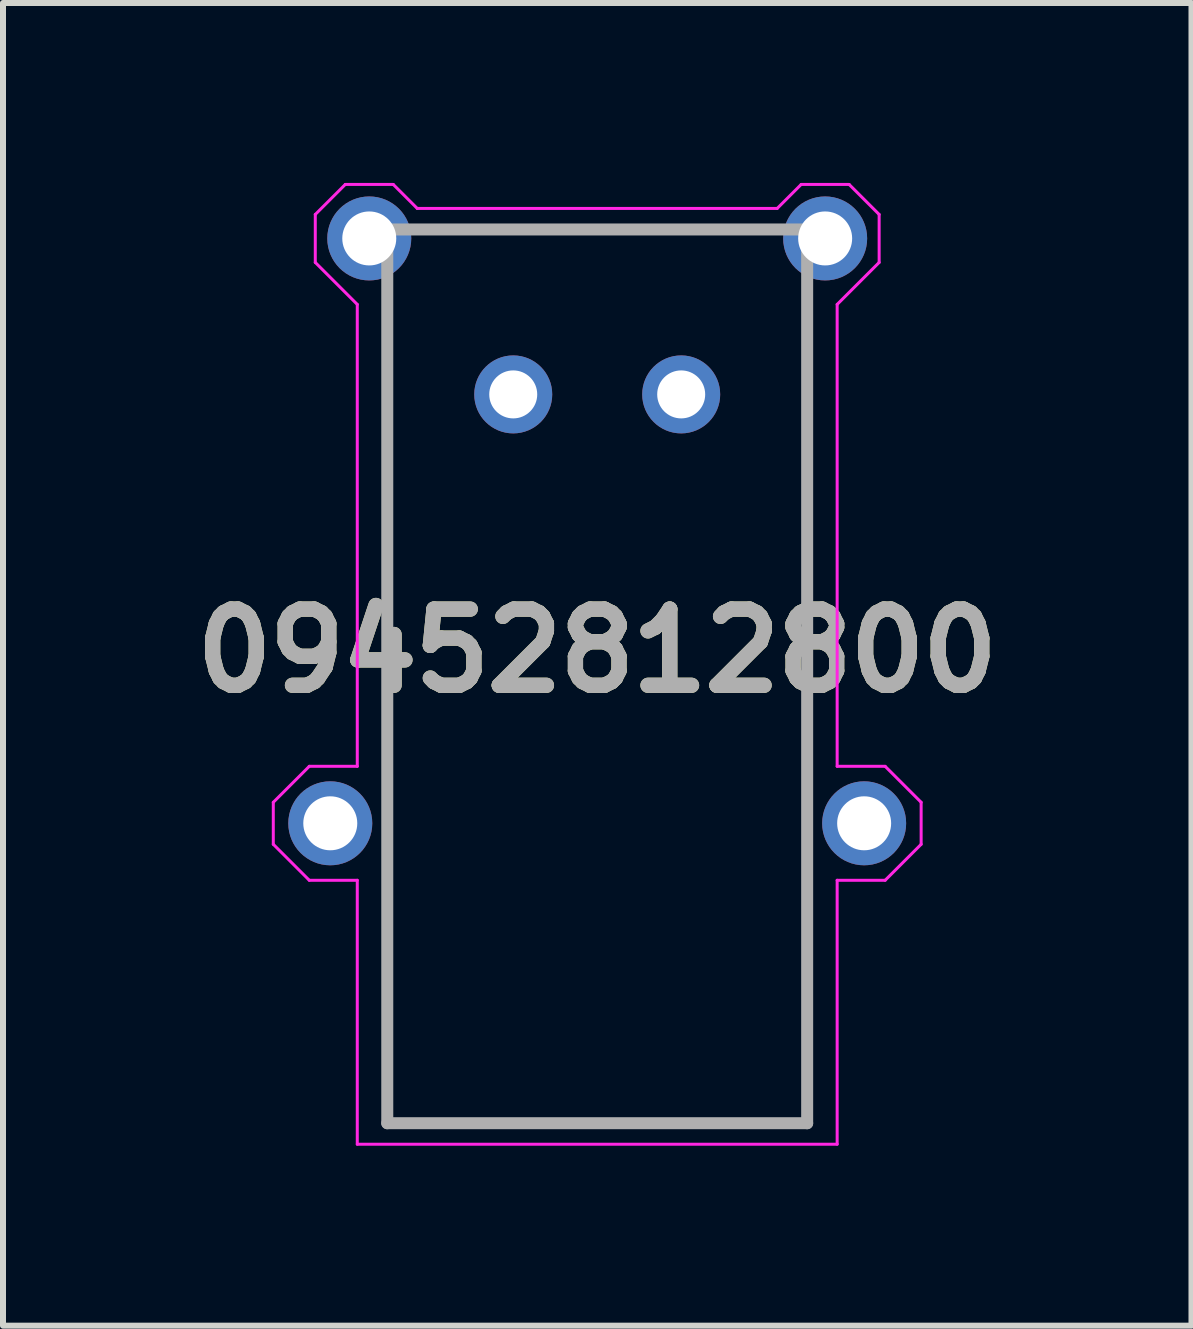
<source format=kicad_pcb>
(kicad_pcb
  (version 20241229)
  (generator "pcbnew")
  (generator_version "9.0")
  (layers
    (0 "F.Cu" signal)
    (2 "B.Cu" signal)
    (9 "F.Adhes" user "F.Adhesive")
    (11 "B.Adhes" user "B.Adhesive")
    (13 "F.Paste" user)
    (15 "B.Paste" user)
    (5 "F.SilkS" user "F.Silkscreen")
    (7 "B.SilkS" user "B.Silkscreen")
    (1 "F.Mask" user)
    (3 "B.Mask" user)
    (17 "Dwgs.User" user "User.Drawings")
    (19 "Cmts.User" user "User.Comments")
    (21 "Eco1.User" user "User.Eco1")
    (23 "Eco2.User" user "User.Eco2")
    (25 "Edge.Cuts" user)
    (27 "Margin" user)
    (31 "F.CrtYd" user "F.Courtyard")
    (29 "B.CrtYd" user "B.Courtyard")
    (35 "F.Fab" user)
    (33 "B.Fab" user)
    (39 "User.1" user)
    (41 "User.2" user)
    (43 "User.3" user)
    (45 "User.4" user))
  (footprint "09452812800"
    (layer "F.Cu")
    (at 6.906 3.525)
    (property "Reference" "09452812800" (at 0 4.275 0) (layer "F.SilkS") (effects (font (size 1.27 1.27) (thickness 0.254))))
    (attr through_hole)
    (fp_line (start -3.5 -1) (end -3.5 6.5) (stroke (width 0.1) (type solid)) (layer "F.SilkS"))
    (fp_line (start -3.5 8) (end -3.5 12.15) (stroke (width 0.1) (type solid)) (layer "F.SilkS"))
    (fp_line (start -3.5 12.15) (end 3.5 12.15) (stroke (width 0.1) (type solid)) (layer "F.SilkS"))
    (fp_line (start -2.6 -2.75) (end 2.4 -2.75) (stroke (width 0.1) (type solid)) (layer "F.SilkS"))
    (fp_line (start 3.5 -1) (end 3.5 6.5) (stroke (width 0.1) (type solid)) (layer "F.SilkS"))
    (fp_line (start 3.5 12.15) (end 3.5 8) (stroke (width 0.1) (type solid)) (layer "F.SilkS"))
    (fp_line (start -5.4 6.8) (end -4.8 6.2) (stroke (width 0.05) (type default)) (layer "F.CrtYd"))
    (fp_line (start -5.4 7.5) (end -5.4 6.8) (stroke (width 0.05) (type default)) (layer "F.CrtYd"))
    (fp_line (start -4.8 6.2) (end -4 6.2) (stroke (width 0.05) (type default)) (layer "F.CrtYd"))
    (fp_line (start -4.8 8.1) (end -5.4 7.5) (stroke (width 0.05) (type default)) (layer "F.CrtYd"))
    (fp_line (start -4.7 -3) (end -4.2 -3.5) (stroke (width 0.05) (type default)) (layer "F.CrtYd"))
    (fp_line (start -4.7 -2.2) (end -4.7 -3) (stroke (width 0.05) (type default)) (layer "F.CrtYd"))
    (fp_line (start -4.2 -3.5) (end -3.4 -3.5) (stroke (width 0.05) (type default)) (layer "F.CrtYd"))
    (fp_line (start -4 -1.5) (end -4.7 -2.2) (stroke (width 0.05) (type default)) (layer "F.CrtYd"))
    (fp_line (start -4 6.2) (end -4 -1.5) (stroke (width 0.05) (type default)) (layer "F.CrtYd"))
    (fp_line (start -4 8.1) (end -4.8 8.1) (stroke (width 0.05) (type default)) (layer "F.CrtYd"))
    (fp_line (start -4 12.5) (end -4 8.1) (stroke (width 0.05) (type default)) (layer "F.CrtYd"))
    (fp_line (start -3.4 -3.5) (end -3 -3.1) (stroke (width 0.05) (type default)) (layer "F.CrtYd"))
    (fp_line (start 3 -3.1) (end -3 -3.1) (stroke (width 0.05) (type default)) (layer "F.CrtYd"))
    (fp_line (start 3.4 -3.5) (end 3 -3.1) (stroke (width 0.05) (type default)) (layer "F.CrtYd"))
    (fp_line (start 4 -1.5) (end 4.7 -2.2) (stroke (width 0.05) (type default)) (layer "F.CrtYd"))
    (fp_line (start 4 6.2) (end 4 -1.5) (stroke (width 0.05) (type default)) (layer "F.CrtYd"))
    (fp_line (start 4 8.1) (end 4.8 8.1) (stroke (width 0.05) (type default)) (layer "F.CrtYd"))
    (fp_line (start 4 12.5) (end -4 12.5) (stroke (width 0.05) (type default)) (layer "F.CrtYd"))
    (fp_line (start 4 12.5) (end 4 8.1) (stroke (width 0.05) (type default)) (layer "F.CrtYd"))
    (fp_line (start 4.2 -3.5) (end 3.4 -3.5) (stroke (width 0.05) (type default)) (layer "F.CrtYd"))
    (fp_line (start 4.7 -3) (end 4.2 -3.5) (stroke (width 0.05) (type default)) (layer "F.CrtYd"))
    (fp_line (start 4.7 -2.2) (end 4.7 -3) (stroke (width 0.05) (type default)) (layer "F.CrtYd"))
    (fp_line (start 4.8 6.2) (end 4 6.2) (stroke (width 0.05) (type default)) (layer "F.CrtYd"))
    (fp_line (start 4.8 8.1) (end 5.4 7.5) (stroke (width 0.05) (type default)) (layer "F.CrtYd"))
    (fp_line (start 5.4 6.8) (end 4.8 6.2) (stroke (width 0.05) (type default)) (layer "F.CrtYd"))
    (fp_line (start 5.4 7.5) (end 5.4 6.8) (stroke (width 0.05) (type default)) (layer "F.CrtYd"))
    (fp_line (start -3.5 -2.75) (end 3.5 -2.75) (stroke (width 0.2) (type solid)) (layer "F.Fab"))
    (fp_line (start -3.5 12.15) (end -3.5 -2.75) (stroke (width 0.2) (type solid)) (layer "F.Fab"))
    (fp_line (start 3.5 -2.75) (end 3.5 12.15) (stroke (width 0.2) (type solid)) (layer "F.Fab"))
    (fp_line (start 3.5 12.15) (end -3.5 12.15) (stroke (width 0.2) (type solid)) (layer "F.Fab"))
    (fp_text user "${REFERENCE}" (at 0 4.275 0) (layer "F.Fab") (effects (font (size 1.27 1.27) (thickness 0.254))))
    (pad "1" thru_hole circle (at 1.4 0) (size 1.3 1.3) (drill 0.8) (layers "*.Cu" "*.Mask"))
    (pad "2" thru_hole circle (at -1.4 0) (size 1.3 1.3) (drill 0.8) (layers "*.Cu" "*.Mask"))
    (pad "MH1" thru_hole circle (at 3.8 -2.6) (size 1.4 1.4) (drill 0.9) (layers "*.Cu" "*.Mask"))
    (pad "MH2" thru_hole circle (at -3.8 -2.6) (size 1.4 1.4) (drill 0.9) (layers "*.Cu" "*.Mask"))
    (pad "MH3" thru_hole circle (at 4.45 7.15) (size 1.4 1.4) (drill 0.9) (layers "*.Cu" "*.Mask"))
    (pad "MH4" thru_hole circle (at -4.45 7.15) (size 1.4 1.4) (drill 0.9) (layers "*.Cu" "*.Mask")))
  (gr_rect
    (start -3 -3)
    (end 16.813 19.05)
    (stroke (width 0.1) (type default))
    (fill no)
    (layer "Edge.Cuts")))
</source>
